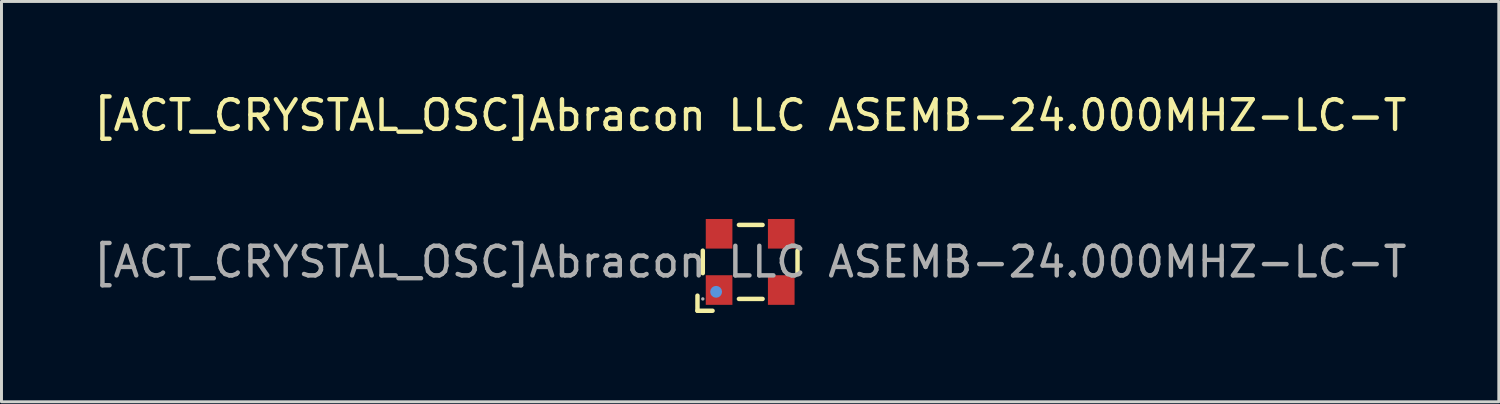
<source format=kicad_pcb>
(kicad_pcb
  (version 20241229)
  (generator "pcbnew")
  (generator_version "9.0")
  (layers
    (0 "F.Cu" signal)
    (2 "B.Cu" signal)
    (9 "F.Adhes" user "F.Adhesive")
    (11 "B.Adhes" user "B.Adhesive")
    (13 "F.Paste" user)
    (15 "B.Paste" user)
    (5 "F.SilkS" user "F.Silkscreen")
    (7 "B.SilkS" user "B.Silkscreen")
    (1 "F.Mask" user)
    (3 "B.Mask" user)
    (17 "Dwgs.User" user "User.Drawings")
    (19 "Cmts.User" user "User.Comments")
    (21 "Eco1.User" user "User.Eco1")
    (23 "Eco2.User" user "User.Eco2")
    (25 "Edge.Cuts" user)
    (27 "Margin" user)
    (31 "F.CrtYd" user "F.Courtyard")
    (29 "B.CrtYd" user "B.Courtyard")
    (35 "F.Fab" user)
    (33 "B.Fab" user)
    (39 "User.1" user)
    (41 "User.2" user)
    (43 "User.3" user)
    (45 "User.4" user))
  (footprint "[ACT_CRYSTAL_OSC]Abracon LLC ASEMB-24.000MHZ-LC-T"
    (layer "F.Cu")
    (at 22.292 5.798)
    (property "Reference" "[ACT_CRYSTAL_OSC]Abracon LLC ASEMB-24.000MHZ-LC-T" (at 0 -4.95 0) (layer "F.SilkS") (effects (font (size 1 1) (thickness 0.15))))
    (attr through_hole)
    (fp_line (start -1.78 1.14) (end -1.78 1.65) (stroke (width 0.15) (type solid)) (layer "F.SilkS"))
    (fp_line (start -1.78 1.65) (end -1.27 1.65) (stroke (width 0.15) (type solid)) (layer "F.SilkS"))
    (fp_line (start -1.6 -0.38) (end -1.6 0.38) (stroke (width 0.15) (type solid)) (layer "F.SilkS"))
    (fp_line (start -0.38 -1.25) (end 0.42 -1.25) (stroke (width 0.15) (type solid)) (layer "F.SilkS"))
    (fp_line (start -0.38 1.25) (end 0.42 1.25) (stroke (width 0.15) (type solid)) (layer "F.SilkS"))
    (fp_line (start 1.6 -0.38) (end 1.6 0.38) (stroke (width 0.15) (type solid)) (layer "F.SilkS"))
    (fp_circle (center -1.15 1.01) (end -1.05 1.01) (stroke (width 0.2) (type solid)) (fill no) (layer "Cmts.User"))
    (fp_circle (center -1.6 1.25) (end -1.57 1.25) (stroke (width 0.06) (type solid)) (fill no) (layer "F.Fab"))
    (fp_text user "${REFERENCE}" (at 0 0 0) (layer "F.Fab") (effects (font (size 1 1) (thickness 0.15))))
    (pad "1" smd rect (at -1.05 0.95) (size 0.9 1) (layers "F.Cu" "F.Mask" "F.Paste"))
    (pad "2" smd rect (at 1.05 0.95) (size 0.9 1) (layers "F.Cu" "F.Mask" "F.Paste"))
    (pad "3" smd rect (at 1.05 -0.95) (size 0.9 1) (layers "F.Cu" "F.Mask" "F.Paste"))
    (pad "4" smd rect (at -1.05 -0.95) (size 0.9 1) (layers "F.Cu" "F.Mask" "F.Paste")))
  (gr_rect
    (start -3 -3)
    (end 47.583 10.523)
    (stroke (width 0.1) (type default))
    (fill no)
    (layer "Edge.Cuts")))
</source>
